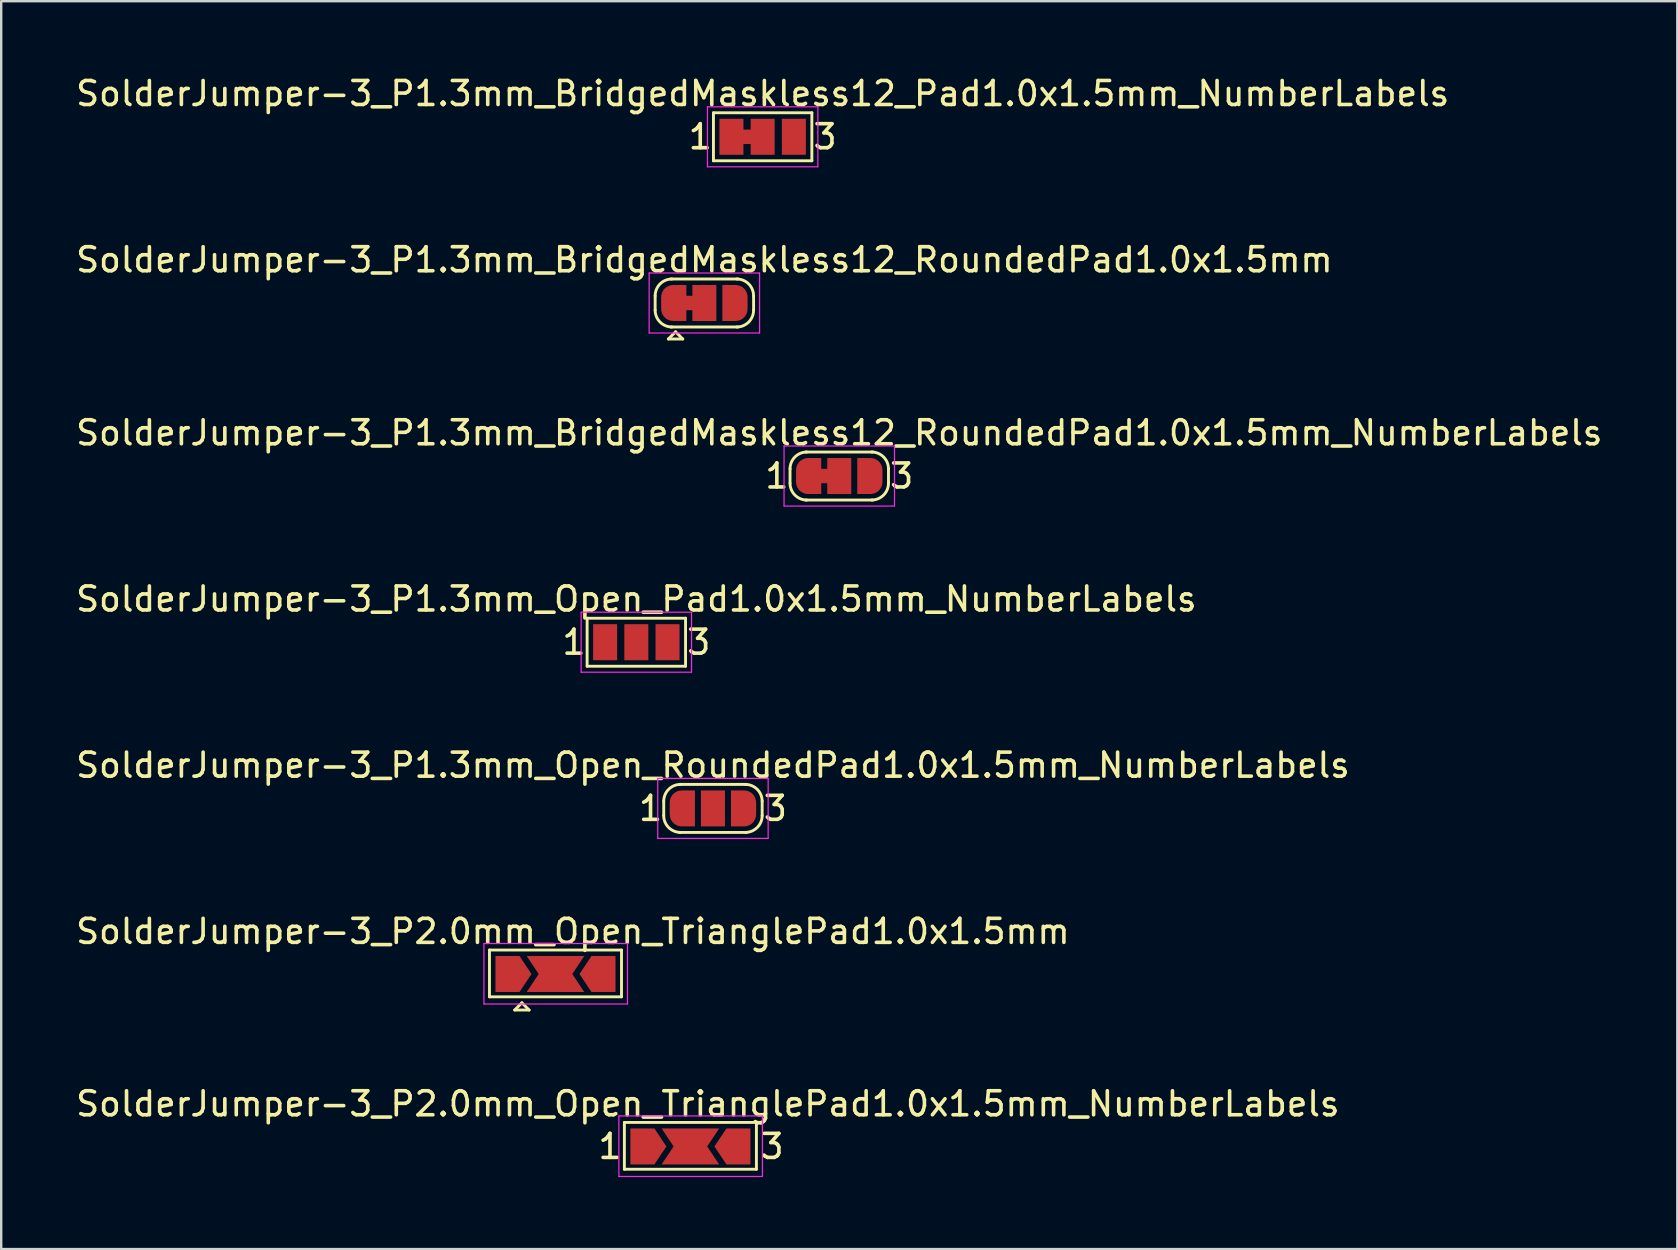
<source format=kicad_pcb>
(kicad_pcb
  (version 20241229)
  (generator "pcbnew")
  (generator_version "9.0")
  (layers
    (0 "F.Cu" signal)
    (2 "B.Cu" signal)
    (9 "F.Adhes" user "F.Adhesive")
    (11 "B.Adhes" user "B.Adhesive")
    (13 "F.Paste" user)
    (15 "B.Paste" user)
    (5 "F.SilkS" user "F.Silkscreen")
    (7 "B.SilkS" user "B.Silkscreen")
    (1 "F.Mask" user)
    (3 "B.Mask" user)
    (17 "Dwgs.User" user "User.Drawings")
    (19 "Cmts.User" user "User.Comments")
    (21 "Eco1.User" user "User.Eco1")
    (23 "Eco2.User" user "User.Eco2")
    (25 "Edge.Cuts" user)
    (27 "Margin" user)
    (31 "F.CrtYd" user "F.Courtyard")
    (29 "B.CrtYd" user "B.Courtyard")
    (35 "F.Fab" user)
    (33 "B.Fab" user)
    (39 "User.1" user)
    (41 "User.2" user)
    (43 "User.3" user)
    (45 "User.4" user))
  (footprint "SolderJumper-3_P1.3mm_BridgedMaskless12_Pad1.0x1.5mm_NumberLabels"
    (layer "F.Cu")
    (at 28.72 2.648)
    (property "Reference" "SolderJumper-3_P1.3mm_BridgedMaskless12_Pad1.0x1.5mm_NumberLabels" (at 0 -1.8 0) (layer "F.SilkS") (effects (font (size 1 1) (thickness 0.15))))
    (attr exclude_from_pos_files exclude_from_bom)
    (fp_poly (pts (xy -0.9 -0.3) (xy -0.4 -0.3) (xy -0.4 0.3) (xy -0.9 0.3)) (stroke (width 0) (type solid)) (fill yes) (layer "F.Cu"))
    (fp_poly (pts (xy -0.9 -0.3) (xy -0.4 -0.3) (xy -0.4 0.3) (xy -0.9 0.3)) (stroke (width 0) (type solid)) (fill yes) (layer "F.Mask"))
    (fp_line (start -2.05 -1) (end 2.05 -1) (stroke (width 0.12) (type solid)) (layer "F.SilkS"))
    (fp_line (start -2.05 1) (end -2.05 -1) (stroke (width 0.12) (type solid)) (layer "F.SilkS"))
    (fp_line (start 2.05 -1) (end 2.05 1) (stroke (width 0.12) (type solid)) (layer "F.SilkS"))
    (fp_line (start 2.05 1) (end -2.05 1) (stroke (width 0.12) (type solid)) (layer "F.SilkS"))
    (fp_line (start -2.3 -1.25) (end -2.3 1.25) (stroke (width 0.05) (type solid)) (layer "F.CrtYd"))
    (fp_line (start -2.3 -1.25) (end 2.3 -1.25) (stroke (width 0.05) (type solid)) (layer "F.CrtYd"))
    (fp_line (start 2.3 1.25) (end -2.3 1.25) (stroke (width 0.05) (type solid)) (layer "F.CrtYd"))
    (fp_line (start 2.3 1.25) (end 2.3 -1.25) (stroke (width 0.05) (type solid)) (layer "F.CrtYd"))
    (fp_text user "3" (at 2.6 0 0) (layer "F.SilkS") (effects (font (size 1 1) (thickness 0.15))))
    (fp_text user "1" (at -2.6 0 0) (layer "F.SilkS") (effects (font (size 1 1) (thickness 0.15))))
    (pad "1" smd rect (at -1.3 0) (size 1 1.5) (layers "F.Cu" "F.Mask"))
    (pad "2" smd rect (at 0 0) (size 1 1.5) (layers "F.Cu" "F.Mask"))
    (pad "3" smd rect (at 1.3 0) (size 1 1.5) (layers "F.Cu" "F.Mask")))
  (footprint "SolderJumper-3_P2.0mm_Open_TrianglePad1.0x1.5mm_NumberLabels"
    (layer "F.Cu")
    (at 25.71 44.708)
    (property "Reference" "SolderJumper-3_P2.0mm_Open_TrianglePad1.0x1.5mm_NumberLabels" (at 0.725 -1.775 0) (layer "F.SilkS") (effects (font (size 1 1) (thickness 0.15))))
    (attr exclude_from_pos_files exclude_from_bom)
    (fp_line (start -2.75 -1) (end 2.75 -1) (stroke (width 0.12) (type solid)) (layer "F.SilkS"))
    (fp_line (start -2.75 0.95) (end -2.75 -1) (stroke (width 0.12) (type solid)) (layer "F.SilkS"))
    (fp_line (start 2.75 -1) (end 2.75 0.95) (stroke (width 0.12) (type solid)) (layer "F.SilkS"))
    (fp_line (start 2.75 0.95) (end -2.75 0.95) (stroke (width 0.12) (type solid)) (layer "F.SilkS"))
    (fp_line (start -2.98 -1.27) (end -2.98 1.25) (stroke (width 0.05) (type solid)) (layer "F.CrtYd"))
    (fp_line (start -2.98 -1.27) (end 3 -1.27) (stroke (width 0.05) (type solid)) (layer "F.CrtYd"))
    (fp_line (start 3 1.25) (end -2.98 1.25) (stroke (width 0.05) (type solid)) (layer "F.CrtYd"))
    (fp_line (start 3 1.25) (end 3 -1.27) (stroke (width 0.05) (type solid)) (layer "F.CrtYd"))
    (fp_text user "3" (at 3.4 0 0) (layer "F.SilkS") (effects (font (size 1 1) (thickness 0.15))))
    (fp_text user "1" (at -3.35 0 0) (layer "F.SilkS") (effects (font (size 1 1) (thickness 0.15))))
    (pad "" smd rect (at -1.2 0) (size 1.5 1.5) (layers "F.Mask"))
    (pad "" smd rect (at 1.2 0) (size 1.5 1.5) (layers "F.Mask"))
    (pad "1" smd custom (at -2 0) (size 0.3 0.3) (layers "F.Cu" "F.Mask") (options (anchor rect)) (primitives (gr_poly (pts (xy 1 0) (xy 0.5 0.75) (xy -0.5 0.75) (xy -0.5 -0.75) (xy 0.5 -0.75)) (width 0) (fill yes))))
    (pad "2" smd custom (at 0 0) (size 0.3 0.3) (layers "F.Cu") (options (anchor rect)) (primitives (gr_poly (pts (xy 0.7 0) (xy 1.2 0.75) (xy -1.2 0.75) (xy -0.7 0) (xy -1.2 -0.75) (xy 1.2 -0.75)) (width 0) (fill yes))))
    (pad "3" smd custom (at 2 0 180) (size 0.3 0.3) (layers "F.Cu" "F.Mask") (options (anchor rect)) (primitives (gr_poly (pts (xy 1 0) (xy 0.5 0.75) (xy -0.5 0.75) (xy -0.5 -0.75) (xy 0.5 -0.75)) (width 0) (fill yes)))))
  (footprint "SolderJumper-3_P1.3mm_BridgedMaskless12_RoundedPad1.0x1.5mm_NumberLabels"
    (layer "F.Cu")
    (at 31.911 16.78)
    (property "Reference" "SolderJumper-3_P1.3mm_BridgedMaskless12_RoundedPad1.0x1.5mm_NumberLabels" (at 0 -1.8 0) (layer "F.SilkS") (effects (font (size 1 1) (thickness 0.15))))
    (attr exclude_from_pos_files exclude_from_bom)
    (fp_poly (pts (xy -0.9 -0.3) (xy -0.4 -0.3) (xy -0.4 0.3) (xy -0.9 0.3)) (stroke (width 0) (type solid)) (fill yes) (layer "F.Cu"))
    (fp_poly (pts (xy -0.9 -0.3) (xy -0.4 -0.3) (xy -0.4 0.3) (xy -0.9 0.3)) (stroke (width 0) (type solid)) (fill yes) (layer "F.Mask"))
    (fp_line (start -2.05 0.3) (end -2.05 -0.3) (stroke (width 0.12) (type solid)) (layer "F.SilkS"))
    (fp_line (start -1.4 -1) (end 1.4 -1) (stroke (width 0.12) (type solid)) (layer "F.SilkS"))
    (fp_line (start 1.4 1) (end -1.4 1) (stroke (width 0.12) (type solid)) (layer "F.SilkS"))
    (fp_line (start 2.05 -0.3) (end 2.05 0.3) (stroke (width 0.12) (type solid)) (layer "F.SilkS"))
    (fp_arc (start -2.05 -0.3) (mid -1.844975 -0.794975) (end -1.35 -1) (stroke (width 0.12) (type solid)) (layer "F.SilkS"))
    (fp_arc (start -1.35 1) (mid -1.844975 0.794975) (end -2.05 0.3) (stroke (width 0.12) (type solid)) (layer "F.SilkS"))
    (fp_arc (start 1.35 -1) (mid 1.844975 -0.794975) (end 2.05 -0.3) (stroke (width 0.12) (type solid)) (layer "F.SilkS"))
    (fp_arc (start 2.05 0.3) (mid 1.844975 0.794975) (end 1.35 1) (stroke (width 0.12) (type solid)) (layer "F.SilkS"))
    (fp_line (start -2.3 -1.25) (end -2.3 1.25) (stroke (width 0.05) (type solid)) (layer "F.CrtYd"))
    (fp_line (start -2.3 -1.25) (end 2.3 -1.25) (stroke (width 0.05) (type solid)) (layer "F.CrtYd"))
    (fp_line (start 2.3 1.25) (end -2.3 1.25) (stroke (width 0.05) (type solid)) (layer "F.CrtYd"))
    (fp_line (start 2.3 1.25) (end 2.3 -1.25) (stroke (width 0.05) (type solid)) (layer "F.CrtYd"))
    (fp_text user "3" (at 2.6 0 0) (layer "F.SilkS") (effects (font (size 1 1) (thickness 0.15))))
    (fp_text user "1" (at -2.6 0 0) (layer "F.SilkS") (effects (font (size 1 1) (thickness 0.15))))
    (pad "1" smd custom (at -1.3 0) (size 1 0.5) (layers "F.Cu" "F.Mask") (options (anchor rect)) (primitives (gr_poly (pts (xy 0.55 0.75) (xy 0 0.75) (xy 0 -0.75) (xy 0.55 -0.75)) (width 0) (fill yes)) (gr_circle (center 0 0.25) (end 0.5 0.25) (width 0) (fill yes)) (gr_circle (center 0 -0.25) (end 0.5 -0.25) (width 0) (fill yes))))
    (pad "2" smd rect (at 0 0) (size 1 1.5) (layers "F.Cu" "F.Mask"))
    (pad "3" smd custom (at 1.3 0) (size 1 0.5) (layers "F.Cu" "F.Mask") (options (anchor rect)) (primitives (gr_circle (center 0 0.25) (end 0.5 0.25) (width 0) (fill yes)) (gr_circle (center 0 -0.25) (end 0.5 -0.25) (width 0) (fill yes)) (gr_poly (pts (xy 0 0.75) (xy -0.55 0.75) (xy -0.55 -0.75) (xy 0 -0.75)) (width 0) (fill yes)))))
  (footprint "SolderJumper-3_P1.3mm_BridgedMaskless12_RoundedPad1.0x1.5mm"
    (layer "F.Cu")
    (at 26.292 9.572)
    (property "Reference" "SolderJumper-3_P1.3mm_BridgedMaskless12_RoundedPad1.0x1.5mm" (at 0 -1.8 0) (layer "F.SilkS") (effects (font (size 1 1) (thickness 0.15))))
    (attr exclude_from_pos_files exclude_from_bom)
    (fp_poly (pts (xy -0.9 -0.3) (xy -0.4 -0.3) (xy -0.4 0.3) (xy -0.9 0.3)) (stroke (width 0) (type solid)) (fill yes) (layer "F.Cu"))
    (fp_poly (pts (xy -0.9 -0.3) (xy -0.4 -0.3) (xy -0.4 0.3) (xy -0.9 0.3)) (stroke (width 0) (type solid)) (fill yes) (layer "F.Mask"))
    (fp_line (start -2.05 0.3) (end -2.05 -0.3) (stroke (width 0.12) (type solid)) (layer "F.SilkS"))
    (fp_line (start -1.5 1.5) (end -0.9 1.5) (stroke (width 0.12) (type solid)) (layer "F.SilkS"))
    (fp_line (start -1.4 -1) (end 1.4 -1) (stroke (width 0.12) (type solid)) (layer "F.SilkS"))
    (fp_line (start -1.2 1.2) (end -1.5 1.5) (stroke (width 0.12) (type solid)) (layer "F.SilkS"))
    (fp_line (start -1.2 1.2) (end -0.9 1.5) (stroke (width 0.12) (type solid)) (layer "F.SilkS"))
    (fp_line (start 1.4 1) (end -1.4 1) (stroke (width 0.12) (type solid)) (layer "F.SilkS"))
    (fp_line (start 2.05 -0.3) (end 2.05 0.3) (stroke (width 0.12) (type solid)) (layer "F.SilkS"))
    (fp_arc (start -2.05 -0.3) (mid -1.844975 -0.794975) (end -1.35 -1) (stroke (width 0.12) (type solid)) (layer "F.SilkS"))
    (fp_arc (start -1.35 1) (mid -1.844975 0.794975) (end -2.05 0.3) (stroke (width 0.12) (type solid)) (layer "F.SilkS"))
    (fp_arc (start 1.35 -1) (mid 1.844975 -0.794975) (end 2.05 -0.3) (stroke (width 0.12) (type solid)) (layer "F.SilkS"))
    (fp_arc (start 2.05 0.3) (mid 1.844975 0.794975) (end 1.35 1) (stroke (width 0.12) (type solid)) (layer "F.SilkS"))
    (fp_line (start -2.3 -1.25) (end -2.3 1.25) (stroke (width 0.05) (type solid)) (layer "F.CrtYd"))
    (fp_line (start -2.3 -1.25) (end 2.3 -1.25) (stroke (width 0.05) (type solid)) (layer "F.CrtYd"))
    (fp_line (start 2.3 1.25) (end -2.3 1.25) (stroke (width 0.05) (type solid)) (layer "F.CrtYd"))
    (fp_line (start 2.3 1.25) (end 2.3 -1.25) (stroke (width 0.05) (type solid)) (layer "F.CrtYd"))
    (pad "1" smd custom (at -1.3 0) (size 1 0.5) (layers "F.Cu" "F.Mask") (options (anchor rect)) (primitives (gr_circle (center 0 0.25) (end 0.5 0.25) (width 0) (fill yes)) (gr_circle (center 0 -0.25) (end 0.5 -0.25) (width 0) (fill yes)) (gr_poly (pts (xy 0.55 0.75) (xy 0 0.75) (xy 0 -0.75) (xy 0.55 -0.75)) (width 0) (fill yes))))
    (pad "2" smd rect (at 0 0) (size 1 1.5) (layers "F.Cu" "F.Mask"))
    (pad "3" smd custom (at 1.3 0) (size 1 0.5) (layers "F.Cu" "F.Mask") (options (anchor rect)) (primitives (gr_circle (center 0 0.25) (end 0.5 0.25) (width 0) (fill yes)) (gr_circle (center 0 -0.25) (end 0.5 -0.25) (width 0) (fill yes)) (gr_poly (pts (xy 0 0.75) (xy -0.55 0.75) (xy -0.55 -0.75) (xy 0 -0.75)) (width 0) (fill yes)))))
  (footprint "SolderJumper-3_P1.3mm_Open_RoundedPad1.0x1.5mm_NumberLabels"
    (layer "F.Cu")
    (at 26.649 30.626)
    (property "Reference" "SolderJumper-3_P1.3mm_Open_RoundedPad1.0x1.5mm_NumberLabels" (at 0 -1.8 0) (layer "F.SilkS") (effects (font (size 1 1) (thickness 0.15))))
    (attr exclude_from_pos_files exclude_from_bom)
    (fp_line (start -2.05 0.3) (end -2.05 -0.3) (stroke (width 0.12) (type solid)) (layer "F.SilkS"))
    (fp_line (start -1.4 -1) (end 1.4 -1) (stroke (width 0.12) (type solid)) (layer "F.SilkS"))
    (fp_line (start 1.4 1) (end -1.4 1) (stroke (width 0.12) (type solid)) (layer "F.SilkS"))
    (fp_line (start 2.05 -0.3) (end 2.05 0.3) (stroke (width 0.12) (type solid)) (layer "F.SilkS"))
    (fp_arc (start -2.05 -0.3) (mid -1.844975 -0.794975) (end -1.35 -1) (stroke (width 0.12) (type solid)) (layer "F.SilkS"))
    (fp_arc (start -1.35 1) (mid -1.844975 0.794975) (end -2.05 0.3) (stroke (width 0.12) (type solid)) (layer "F.SilkS"))
    (fp_arc (start 1.35 -1) (mid 1.844975 -0.794975) (end 2.05 -0.3) (stroke (width 0.12) (type solid)) (layer "F.SilkS"))
    (fp_arc (start 2.05 0.3) (mid 1.844975 0.794975) (end 1.35 1) (stroke (width 0.12) (type solid)) (layer "F.SilkS"))
    (fp_line (start -2.3 -1.25) (end -2.3 1.25) (stroke (width 0.05) (type solid)) (layer "F.CrtYd"))
    (fp_line (start -2.3 -1.25) (end 2.3 -1.25) (stroke (width 0.05) (type solid)) (layer "F.CrtYd"))
    (fp_line (start 2.3 1.25) (end -2.3 1.25) (stroke (width 0.05) (type solid)) (layer "F.CrtYd"))
    (fp_line (start 2.3 1.25) (end 2.3 -1.25) (stroke (width 0.05) (type solid)) (layer "F.CrtYd"))
    (fp_text user "1" (at -2.6 0 0) (layer "F.SilkS") (effects (font (size 1 1) (thickness 0.15))))
    (fp_text user "3" (at 2.6 0 0) (layer "F.SilkS") (effects (font (size 1 1) (thickness 0.15))))
    (pad "1" smd custom (at -1.3 0) (size 1 0.5) (layers "F.Cu" "F.Mask") (options (anchor rect)) (primitives (gr_circle (center 0 0.25) (end 0.5 0.25) (width 0) (fill yes)) (gr_circle (center 0 -0.25) (end 0.5 -0.25) (width 0) (fill yes)) (gr_poly (pts (xy 0.55 0.75) (xy 0 0.75) (xy 0 -0.75) (xy 0.55 -0.75)) (width 0) (fill yes))))
    (pad "2" smd rect (at 0 0) (size 1 1.5) (layers "F.Cu" "F.Mask"))
    (pad "3" smd custom (at 1.3 0) (size 1 0.5) (layers "F.Cu" "F.Mask") (options (anchor rect)) (primitives (gr_circle (center 0 0.25) (end 0.5 0.25) (width 0) (fill yes)) (gr_circle (center 0 -0.25) (end 0.5 -0.25) (width 0) (fill yes)) (gr_poly (pts (xy 0 0.75) (xy -0.55 0.75) (xy -0.55 -0.75) (xy 0 -0.75)) (width 0) (fill yes)))))
  (footprint "SolderJumper-3_P2.0mm_Open_TrianglePad1.0x1.5mm"
    (layer "F.Cu")
    (at 20.09 37.525)
    (property "Reference" "SolderJumper-3_P2.0mm_Open_TrianglePad1.0x1.5mm" (at 0.725 -1.775 0) (layer "F.SilkS") (effects (font (size 1 1) (thickness 0.15))))
    (attr exclude_from_pos_files exclude_from_bom)
    (fp_line (start -2.75 -1) (end 2.75 -1) (stroke (width 0.12) (type solid)) (layer "F.SilkS"))
    (fp_line (start -2.75 0.95) (end -2.75 -1) (stroke (width 0.12) (type solid)) (layer "F.SilkS"))
    (fp_line (start -1.7 1.5) (end -1.1 1.5) (stroke (width 0.12) (type solid)) (layer "F.SilkS"))
    (fp_line (start -1.4 1.2) (end -1.7 1.5) (stroke (width 0.12) (type solid)) (layer "F.SilkS"))
    (fp_line (start -1.1 1.5) (end -1.4 1.2) (stroke (width 0.12) (type solid)) (layer "F.SilkS"))
    (fp_line (start 2.75 -1) (end 2.75 0.95) (stroke (width 0.12) (type solid)) (layer "F.SilkS"))
    (fp_line (start 2.75 0.95) (end -2.75 0.95) (stroke (width 0.12) (type solid)) (layer "F.SilkS"))
    (fp_line (start -2.98 -1.27) (end -2.98 1.25) (stroke (width 0.05) (type solid)) (layer "F.CrtYd"))
    (fp_line (start -2.98 -1.27) (end 3 -1.27) (stroke (width 0.05) (type solid)) (layer "F.CrtYd"))
    (fp_line (start 3 1.25) (end -2.98 1.25) (stroke (width 0.05) (type solid)) (layer "F.CrtYd"))
    (fp_line (start 3 1.25) (end 3 -1.27) (stroke (width 0.05) (type solid)) (layer "F.CrtYd"))
    (pad "" smd rect (at -1.2 0) (size 1.5 1.5) (layers "F.Mask"))
    (pad "" smd rect (at 1.2 0) (size 1.5 1.5) (layers "F.Mask"))
    (pad "1" smd custom (at -2 0) (size 0.3 0.3) (layers "F.Cu" "F.Mask") (options (anchor rect)) (primitives (gr_poly (pts (xy 1 0) (xy 0.5 0.75) (xy -0.5 0.75) (xy -0.5 -0.75) (xy 0.5 -0.75)) (width 0) (fill yes))))
    (pad "2" smd custom (at 0 0) (size 0.3 0.3) (layers "F.Cu") (options (anchor rect)) (primitives (gr_poly (pts (xy 0.7 0) (xy 1.2 0.75) (xy -1.2 0.75) (xy -0.7 0) (xy -1.2 -0.75) (xy 1.2 -0.75)) (width 0) (fill yes))))
    (pad "3" smd custom (at 2 0 180) (size 0.3 0.3) (layers "F.Cu" "F.Mask") (options (anchor rect)) (primitives (gr_poly (pts (xy 1 0) (xy 0.5 0.75) (xy -0.5 0.75) (xy -0.5 -0.75) (xy 0.5 -0.75)) (width 0) (fill yes)))))
  (footprint "SolderJumper-3_P1.3mm_Open_Pad1.0x1.5mm_NumberLabels"
    (layer "F.Cu")
    (at 23.458 23.703)
    (property "Reference" "SolderJumper-3_P1.3mm_Open_Pad1.0x1.5mm_NumberLabels" (at 0 -1.8 0) (layer "F.SilkS") (effects (font (size 1 1) (thickness 0.15))))
    (attr exclude_from_pos_files exclude_from_bom)
    (fp_line (start -2.05 -1) (end 2.05 -1) (stroke (width 0.12) (type solid)) (layer "F.SilkS"))
    (fp_line (start -2.05 1) (end -2.05 -1) (stroke (width 0.12) (type solid)) (layer "F.SilkS"))
    (fp_line (start 2.05 -1) (end 2.05 1) (stroke (width 0.12) (type solid)) (layer "F.SilkS"))
    (fp_line (start 2.05 1) (end -2.05 1) (stroke (width 0.12) (type solid)) (layer "F.SilkS"))
    (fp_line (start -2.3 -1.25) (end -2.3 1.25) (stroke (width 0.05) (type solid)) (layer "F.CrtYd"))
    (fp_line (start -2.3 -1.25) (end 2.3 -1.25) (stroke (width 0.05) (type solid)) (layer "F.CrtYd"))
    (fp_line (start 2.3 1.25) (end -2.3 1.25) (stroke (width 0.05) (type solid)) (layer "F.CrtYd"))
    (fp_line (start 2.3 1.25) (end 2.3 -1.25) (stroke (width 0.05) (type solid)) (layer "F.CrtYd"))
    (fp_text user "3" (at 2.6 0 0) (layer "F.SilkS") (effects (font (size 1 1) (thickness 0.15))))
    (fp_text user "1" (at -2.6 0 0) (layer "F.SilkS") (effects (font (size 1 1) (thickness 0.15))))
    (pad "1" smd rect (at -1.3 0) (size 1 1.5) (layers "F.Cu" "F.Mask"))
    (pad "2" smd rect (at 0 0) (size 1 1.5) (layers "F.Cu" "F.Mask"))
    (pad "3" smd rect (at 1.3 0) (size 1 1.5) (layers "F.Cu" "F.Mask")))
  (gr_rect
    (start -3 -3)
    (end 66.821 48.983)
    (stroke (width 0.1) (type default))
    (fill no)
    (layer "Edge.Cuts")))
</source>
